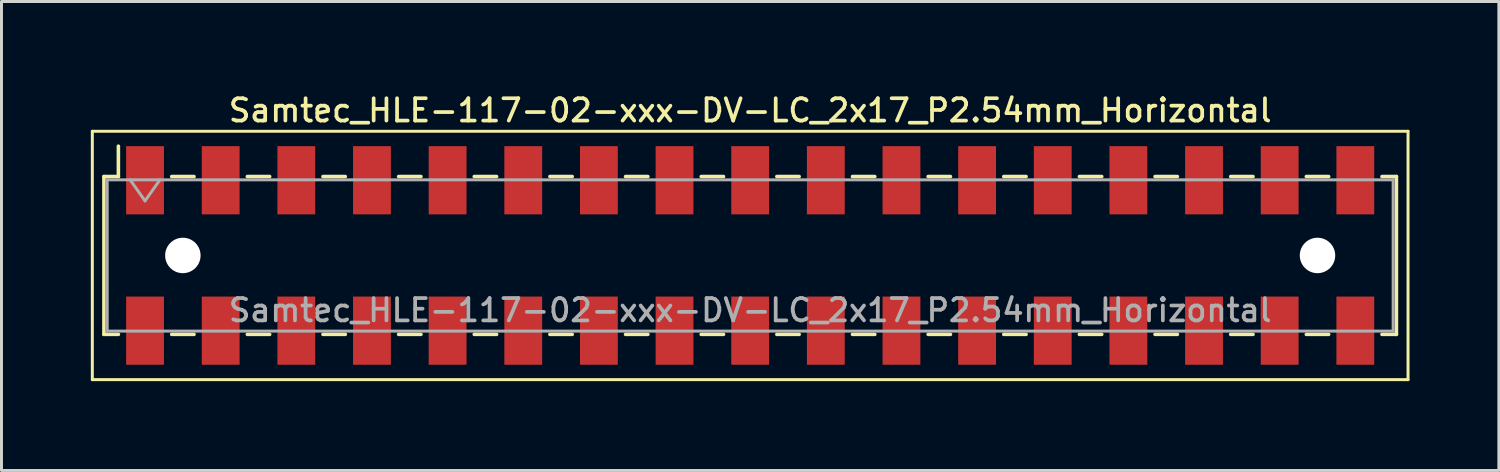
<source format=kicad_pcb>
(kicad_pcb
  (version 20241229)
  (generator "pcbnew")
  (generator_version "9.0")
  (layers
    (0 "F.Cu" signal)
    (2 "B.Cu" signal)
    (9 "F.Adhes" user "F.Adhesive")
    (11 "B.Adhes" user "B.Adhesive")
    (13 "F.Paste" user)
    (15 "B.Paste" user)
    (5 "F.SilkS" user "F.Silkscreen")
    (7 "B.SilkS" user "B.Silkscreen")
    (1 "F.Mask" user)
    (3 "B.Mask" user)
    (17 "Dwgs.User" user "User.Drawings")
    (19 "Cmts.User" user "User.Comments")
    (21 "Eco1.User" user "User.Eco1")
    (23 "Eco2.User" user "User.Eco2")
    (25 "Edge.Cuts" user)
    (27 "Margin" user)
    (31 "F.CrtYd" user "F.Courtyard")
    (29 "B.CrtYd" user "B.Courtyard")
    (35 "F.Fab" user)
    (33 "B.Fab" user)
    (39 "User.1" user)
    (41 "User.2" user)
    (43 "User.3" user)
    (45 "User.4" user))
  (footprint "Samtec_HLE-117-02-xxx-DV-LC_2x17_P2.54mm_Horizontal"
    (layer "F.Cu")
    (at 22.14 5.528)
    (property "Reference" "Samtec_HLE-117-02-xxx-DV-LC_2x17_P2.54mm_Horizontal" (at 0 -4.87 0) (layer "F.SilkS") (effects (font (size 0.75 0.75) (thickness 0.125))))
    (attr smd)
    (fp_line (start -22.09 -4.17) (end 22.09 -4.17) (stroke (width 0.1) (type solid)) (layer "F.SilkS"))
    (fp_line (start -22.09 4.17) (end -22.09 -4.17) (stroke (width 0.1) (type solid)) (layer "F.SilkS"))
    (fp_line (start -21.7 -2.65) (end -21.7 2.65) (stroke (width 0.12) (type solid)) (layer "F.SilkS"))
    (fp_line (start -21.7 2.65) (end -21.215 2.65) (stroke (width 0.12) (type solid)) (layer "F.SilkS"))
    (fp_line (start -21.215 -3.67) (end -21.215 -2.65) (stroke (width 0.12) (type solid)) (layer "F.SilkS"))
    (fp_line (start -21.215 -2.65) (end -21.7 -2.65) (stroke (width 0.12) (type solid)) (layer "F.SilkS"))
    (fp_line (start -19.425 -2.65) (end -18.675 -2.65) (stroke (width 0.12) (type solid)) (layer "F.SilkS"))
    (fp_line (start -19.425 2.65) (end -18.675 2.65) (stroke (width 0.12) (type solid)) (layer "F.SilkS"))
    (fp_line (start -16.885 -2.65) (end -16.135 -2.65) (stroke (width 0.12) (type solid)) (layer "F.SilkS"))
    (fp_line (start -16.885 2.65) (end -16.135 2.65) (stroke (width 0.12) (type solid)) (layer "F.SilkS"))
    (fp_line (start -14.345 -2.65) (end -13.595 -2.65) (stroke (width 0.12) (type solid)) (layer "F.SilkS"))
    (fp_line (start -14.345 2.65) (end -13.595 2.65) (stroke (width 0.12) (type solid)) (layer "F.SilkS"))
    (fp_line (start -11.805 -2.65) (end -11.055 -2.65) (stroke (width 0.12) (type solid)) (layer "F.SilkS"))
    (fp_line (start -11.805 2.65) (end -11.055 2.65) (stroke (width 0.12) (type solid)) (layer "F.SilkS"))
    (fp_line (start -9.265 -2.65) (end -8.515 -2.65) (stroke (width 0.12) (type solid)) (layer "F.SilkS"))
    (fp_line (start -9.265 2.65) (end -8.515 2.65) (stroke (width 0.12) (type solid)) (layer "F.SilkS"))
    (fp_line (start -6.725 -2.65) (end -5.975 -2.65) (stroke (width 0.12) (type solid)) (layer "F.SilkS"))
    (fp_line (start -6.725 2.65) (end -5.975 2.65) (stroke (width 0.12) (type solid)) (layer "F.SilkS"))
    (fp_line (start -4.185 -2.65) (end -3.435 -2.65) (stroke (width 0.12) (type solid)) (layer "F.SilkS"))
    (fp_line (start -4.185 2.65) (end -3.435 2.65) (stroke (width 0.12) (type solid)) (layer "F.SilkS"))
    (fp_line (start -1.645 -2.65) (end -0.895 -2.65) (stroke (width 0.12) (type solid)) (layer "F.SilkS"))
    (fp_line (start -1.645 2.65) (end -0.895 2.65) (stroke (width 0.12) (type solid)) (layer "F.SilkS"))
    (fp_line (start 0.895 -2.65) (end 1.645 -2.65) (stroke (width 0.12) (type solid)) (layer "F.SilkS"))
    (fp_line (start 0.895 2.65) (end 1.645 2.65) (stroke (width 0.12) (type solid)) (layer "F.SilkS"))
    (fp_line (start 3.435 -2.65) (end 4.185 -2.65) (stroke (width 0.12) (type solid)) (layer "F.SilkS"))
    (fp_line (start 3.435 2.65) (end 4.185 2.65) (stroke (width 0.12) (type solid)) (layer "F.SilkS"))
    (fp_line (start 5.975 -2.65) (end 6.725 -2.65) (stroke (width 0.12) (type solid)) (layer "F.SilkS"))
    (fp_line (start 5.975 2.65) (end 6.725 2.65) (stroke (width 0.12) (type solid)) (layer "F.SilkS"))
    (fp_line (start 8.515 -2.65) (end 9.265 -2.65) (stroke (width 0.12) (type solid)) (layer "F.SilkS"))
    (fp_line (start 8.515 2.65) (end 9.265 2.65) (stroke (width 0.12) (type solid)) (layer "F.SilkS"))
    (fp_line (start 11.055 -2.65) (end 11.805 -2.65) (stroke (width 0.12) (type solid)) (layer "F.SilkS"))
    (fp_line (start 11.055 2.65) (end 11.805 2.65) (stroke (width 0.12) (type solid)) (layer "F.SilkS"))
    (fp_line (start 13.595 -2.65) (end 14.345 -2.65) (stroke (width 0.12) (type solid)) (layer "F.SilkS"))
    (fp_line (start 13.595 2.65) (end 14.345 2.65) (stroke (width 0.12) (type solid)) (layer "F.SilkS"))
    (fp_line (start 16.135 -2.65) (end 16.885 -2.65) (stroke (width 0.12) (type solid)) (layer "F.SilkS"))
    (fp_line (start 16.135 2.65) (end 16.885 2.65) (stroke (width 0.12) (type solid)) (layer "F.SilkS"))
    (fp_line (start 18.675 -2.65) (end 19.425 -2.65) (stroke (width 0.12) (type solid)) (layer "F.SilkS"))
    (fp_line (start 18.675 2.65) (end 19.425 2.65) (stroke (width 0.12) (type solid)) (layer "F.SilkS"))
    (fp_line (start 21.215 -2.65) (end 21.7 -2.65) (stroke (width 0.12) (type solid)) (layer "F.SilkS"))
    (fp_line (start 21.7 -2.65) (end 21.7 2.65) (stroke (width 0.12) (type solid)) (layer "F.SilkS"))
    (fp_line (start 21.7 2.65) (end 21.215 2.65) (stroke (width 0.12) (type solid)) (layer "F.SilkS"))
    (fp_line (start 22.09 -4.17) (end 22.09 4.17) (stroke (width 0.1) (type solid)) (layer "F.SilkS"))
    (fp_line (start 22.09 4.17) (end -22.09 4.17) (stroke (width 0.1) (type solid)) (layer "F.SilkS"))
    (fp_line (start -21.59 -2.54) (end 21.59 -2.54) (stroke (width 0.1) (type solid)) (layer "F.Fab"))
    (fp_line (start -21.59 2.54) (end -21.59 -2.54) (stroke (width 0.1) (type solid)) (layer "F.Fab"))
    (fp_line (start -20.82 -2.54) (end -20.32 -1.833) (stroke (width 0.1) (type solid)) (layer "F.Fab"))
    (fp_line (start -20.32 -1.833) (end -19.82 -2.54) (stroke (width 0.1) (type solid)) (layer "F.Fab"))
    (fp_line (start 21.59 -2.54) (end 21.59 2.54) (stroke (width 0.1) (type solid)) (layer "F.Fab"))
    (fp_line (start 21.59 2.54) (end -21.59 2.54) (stroke (width 0.1) (type solid)) (layer "F.Fab"))
    (fp_text user "${REFERENCE}" (at 0 1.84 0) (layer "F.Fab") (effects (font (size 0.75 0.75) (thickness 0.125))))
    (pad "" np_thru_hole circle (at -19.05 0) (size 1.19 1.19) (drill 1.19) (layers "*.Cu" "*.Mask"))
    (pad "" np_thru_hole circle (at 19.05 0) (size 1.19 1.19) (drill 1.19) (layers "*.Cu" "*.Mask"))
    (pad "1" smd rect (at -20.32 -2.525) (size 1.27 2.29) (layers "F.Cu" "F.Mask" "F.Paste"))
    (pad "2" smd rect (at -20.32 2.525) (size 1.27 2.29) (layers "F.Cu" "F.Mask" "F.Paste"))
    (pad "3" smd rect (at -17.78 -2.525) (size 1.27 2.29) (layers "F.Cu" "F.Mask" "F.Paste"))
    (pad "4" smd rect (at -17.78 2.525) (size 1.27 2.29) (layers "F.Cu" "F.Mask" "F.Paste"))
    (pad "5" smd rect (at -15.24 -2.525) (size 1.27 2.29) (layers "F.Cu" "F.Mask" "F.Paste"))
    (pad "6" smd rect (at -15.24 2.525) (size 1.27 2.29) (layers "F.Cu" "F.Mask" "F.Paste"))
    (pad "7" smd rect (at -12.7 -2.525) (size 1.27 2.29) (layers "F.Cu" "F.Mask" "F.Paste"))
    (pad "8" smd rect (at -12.7 2.525) (size 1.27 2.29) (layers "F.Cu" "F.Mask" "F.Paste"))
    (pad "9" smd rect (at -10.16 -2.525) (size 1.27 2.29) (layers "F.Cu" "F.Mask" "F.Paste"))
    (pad "10" smd rect (at -10.16 2.525) (size 1.27 2.29) (layers "F.Cu" "F.Mask" "F.Paste"))
    (pad "11" smd rect (at -7.62 -2.525) (size 1.27 2.29) (layers "F.Cu" "F.Mask" "F.Paste"))
    (pad "12" smd rect (at -7.62 2.525) (size 1.27 2.29) (layers "F.Cu" "F.Mask" "F.Paste"))
    (pad "13" smd rect (at -5.08 -2.525) (size 1.27 2.29) (layers "F.Cu" "F.Mask" "F.Paste"))
    (pad "14" smd rect (at -5.08 2.525) (size 1.27 2.29) (layers "F.Cu" "F.Mask" "F.Paste"))
    (pad "15" smd rect (at -2.54 -2.525) (size 1.27 2.29) (layers "F.Cu" "F.Mask" "F.Paste"))
    (pad "16" smd rect (at -2.54 2.525) (size 1.27 2.29) (layers "F.Cu" "F.Mask" "F.Paste"))
    (pad "17" smd rect (at 0 -2.525) (size 1.27 2.29) (layers "F.Cu" "F.Mask" "F.Paste"))
    (pad "18" smd rect (at 0 2.525) (size 1.27 2.29) (layers "F.Cu" "F.Mask" "F.Paste"))
    (pad "19" smd rect (at 2.54 -2.525) (size 1.27 2.29) (layers "F.Cu" "F.Mask" "F.Paste"))
    (pad "20" smd rect (at 2.54 2.525) (size 1.27 2.29) (layers "F.Cu" "F.Mask" "F.Paste"))
    (pad "21" smd rect (at 5.08 -2.525) (size 1.27 2.29) (layers "F.Cu" "F.Mask" "F.Paste"))
    (pad "22" smd rect (at 5.08 2.525) (size 1.27 2.29) (layers "F.Cu" "F.Mask" "F.Paste"))
    (pad "23" smd rect (at 7.62 -2.525) (size 1.27 2.29) (layers "F.Cu" "F.Mask" "F.Paste"))
    (pad "24" smd rect (at 7.62 2.525) (size 1.27 2.29) (layers "F.Cu" "F.Mask" "F.Paste"))
    (pad "25" smd rect (at 10.16 -2.525) (size 1.27 2.29) (layers "F.Cu" "F.Mask" "F.Paste"))
    (pad "26" smd rect (at 10.16 2.525) (size 1.27 2.29) (layers "F.Cu" "F.Mask" "F.Paste"))
    (pad "27" smd rect (at 12.7 -2.525) (size 1.27 2.29) (layers "F.Cu" "F.Mask" "F.Paste"))
    (pad "28" smd rect (at 12.7 2.525) (size 1.27 2.29) (layers "F.Cu" "F.Mask" "F.Paste"))
    (pad "29" smd rect (at 15.24 -2.525) (size 1.27 2.29) (layers "F.Cu" "F.Mask" "F.Paste"))
    (pad "30" smd rect (at 15.24 2.525) (size 1.27 2.29) (layers "F.Cu" "F.Mask" "F.Paste"))
    (pad "31" smd rect (at 17.78 -2.525) (size 1.27 2.29) (layers "F.Cu" "F.Mask" "F.Paste"))
    (pad "32" smd rect (at 17.78 2.525) (size 1.27 2.29) (layers "F.Cu" "F.Mask" "F.Paste"))
    (pad "33" smd rect (at 20.32 -2.525) (size 1.27 2.29) (layers "F.Cu" "F.Mask" "F.Paste"))
    (pad "34" smd rect (at 20.32 2.525) (size 1.27 2.29) (layers "F.Cu" "F.Mask" "F.Paste")))
  (gr_rect
    (start -3 -3)
    (end 47.28 12.748)
    (stroke (width 0.1) (type default))
    (fill no)
    (layer "Edge.Cuts")))
</source>
